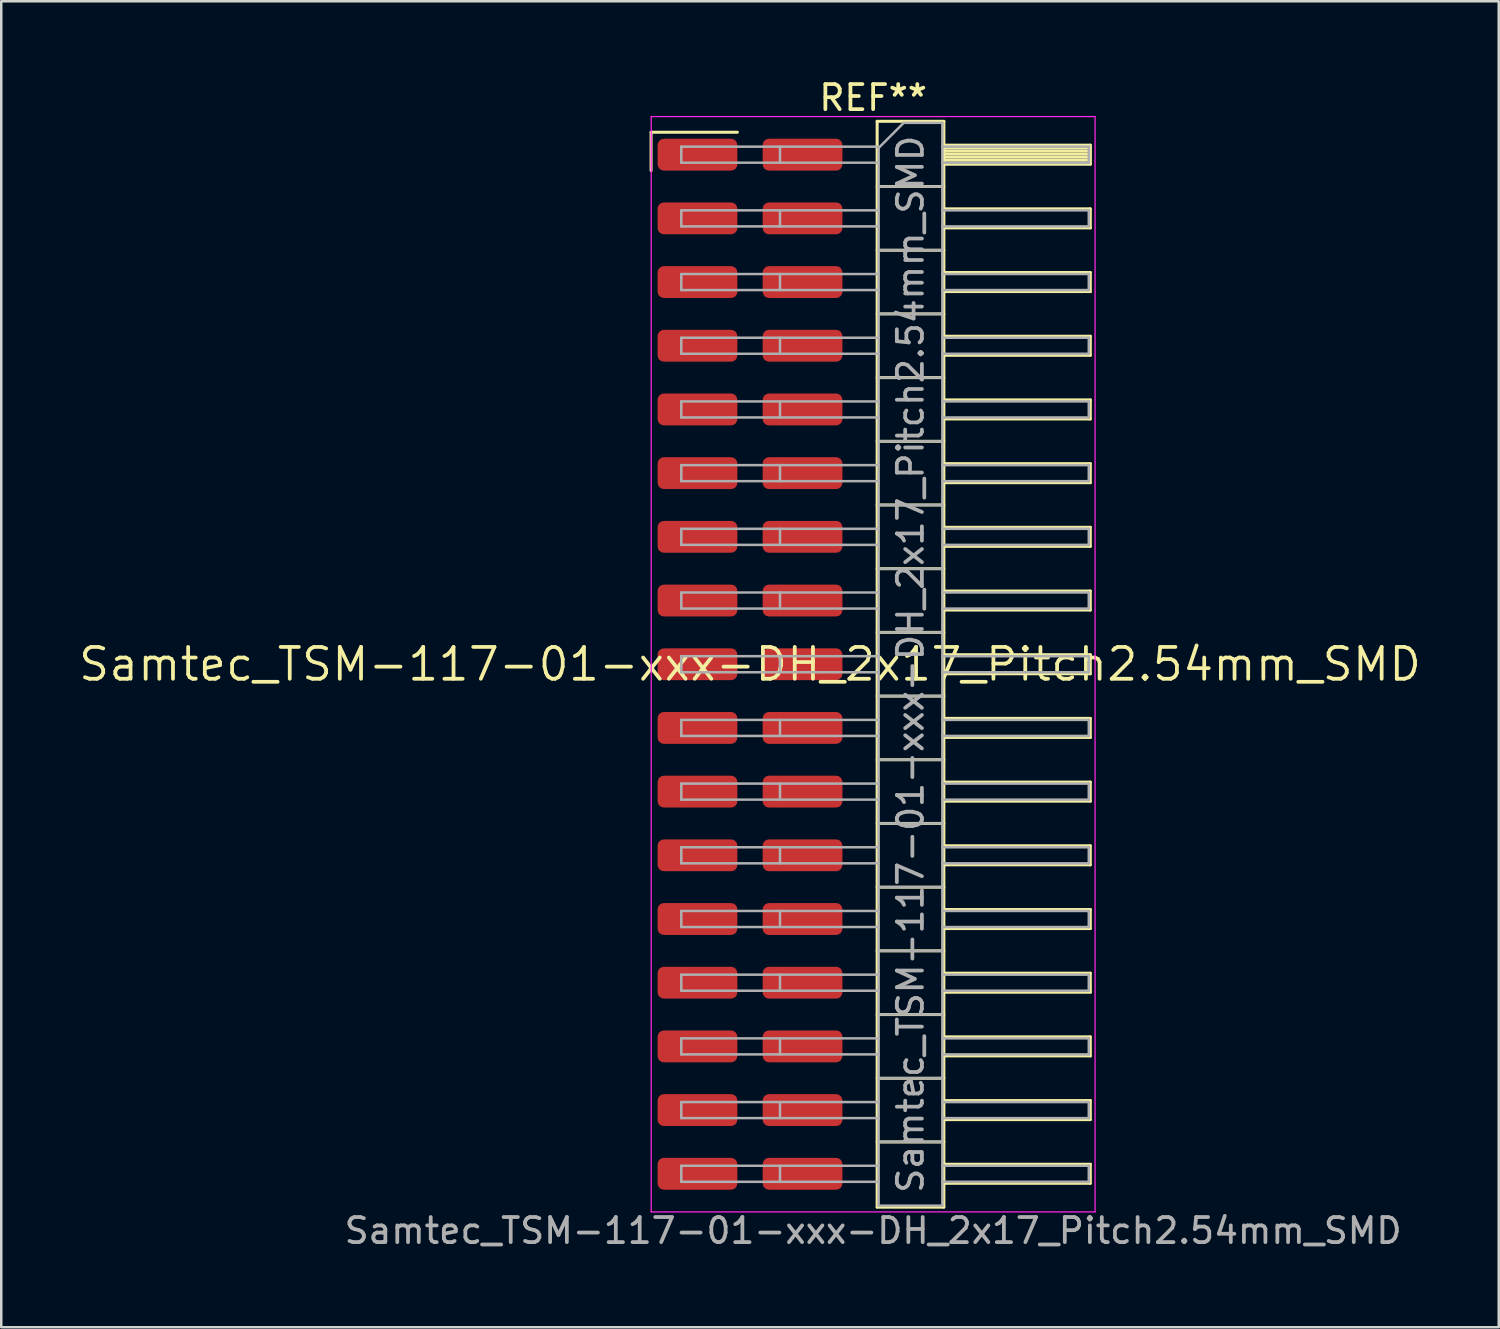
<source format=kicad_pcb>
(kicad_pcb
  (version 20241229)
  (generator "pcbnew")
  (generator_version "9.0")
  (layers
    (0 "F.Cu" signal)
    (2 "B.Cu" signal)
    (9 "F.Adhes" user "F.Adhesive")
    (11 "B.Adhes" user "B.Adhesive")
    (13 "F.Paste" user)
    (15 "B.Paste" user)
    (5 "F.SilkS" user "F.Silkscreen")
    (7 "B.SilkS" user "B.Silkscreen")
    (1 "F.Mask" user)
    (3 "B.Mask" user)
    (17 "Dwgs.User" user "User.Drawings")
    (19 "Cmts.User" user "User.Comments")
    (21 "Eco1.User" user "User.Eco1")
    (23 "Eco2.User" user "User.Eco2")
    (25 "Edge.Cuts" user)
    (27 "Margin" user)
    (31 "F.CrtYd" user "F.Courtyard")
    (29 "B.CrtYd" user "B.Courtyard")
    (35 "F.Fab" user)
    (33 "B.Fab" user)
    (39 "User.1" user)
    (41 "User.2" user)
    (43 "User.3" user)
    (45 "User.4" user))
  (footprint "Samtec_TSM-117-01-xxx-DH_2x17_Pitch2.54mm_SMD"
    (layer "F.Cu")
    (at 26.859 23.438)
    (property "Reference" "Samtec_TSM-117-01-xxx-DH_2x17_Pitch2.54mm_SMD" (at 0 0 0) (layer "F.SilkS") (effects (font (size 1.27 1.27) (thickness 0.15))))
    (attr smd)
    (fp_line (start -3.945 -21.215) (end -0.505 -21.215) (stroke (width 0.12) (type solid)) (layer "F.SilkS"))
    (fp_line (start -3.945 -19.685) (end -3.945 -21.215) (stroke (width 0.12) (type solid)) (layer "F.SilkS"))
    (fp_line (start 5.07 -21.65) (end 7.73 -21.65) (stroke (width 0.12) (type solid)) (layer "F.SilkS"))
    (fp_line (start 5.07 -19.05) (end 7.73 -19.05) (stroke (width 0.12) (type solid)) (layer "F.SilkS"))
    (fp_line (start 5.07 -16.51) (end 7.73 -16.51) (stroke (width 0.12) (type solid)) (layer "F.SilkS"))
    (fp_line (start 5.07 -13.97) (end 7.73 -13.97) (stroke (width 0.12) (type solid)) (layer "F.SilkS"))
    (fp_line (start 5.07 -11.43) (end 7.73 -11.43) (stroke (width 0.12) (type solid)) (layer "F.SilkS"))
    (fp_line (start 5.07 -8.89) (end 7.73 -8.89) (stroke (width 0.12) (type solid)) (layer "F.SilkS"))
    (fp_line (start 5.07 -6.35) (end 7.73 -6.35) (stroke (width 0.12) (type solid)) (layer "F.SilkS"))
    (fp_line (start 5.07 -3.81) (end 7.73 -3.81) (stroke (width 0.12) (type solid)) (layer "F.SilkS"))
    (fp_line (start 5.07 -1.27) (end 7.73 -1.27) (stroke (width 0.12) (type solid)) (layer "F.SilkS"))
    (fp_line (start 5.07 1.27) (end 7.73 1.27) (stroke (width 0.12) (type solid)) (layer "F.SilkS"))
    (fp_line (start 5.07 3.81) (end 7.73 3.81) (stroke (width 0.12) (type solid)) (layer "F.SilkS"))
    (fp_line (start 5.07 6.35) (end 7.73 6.35) (stroke (width 0.12) (type solid)) (layer "F.SilkS"))
    (fp_line (start 5.07 8.89) (end 7.73 8.89) (stroke (width 0.12) (type solid)) (layer "F.SilkS"))
    (fp_line (start 5.07 11.43) (end 7.73 11.43) (stroke (width 0.12) (type solid)) (layer "F.SilkS"))
    (fp_line (start 5.07 13.97) (end 7.73 13.97) (stroke (width 0.12) (type solid)) (layer "F.SilkS"))
    (fp_line (start 5.07 16.51) (end 7.73 16.51) (stroke (width 0.12) (type solid)) (layer "F.SilkS"))
    (fp_line (start 5.07 19.05) (end 7.73 19.05) (stroke (width 0.12) (type solid)) (layer "F.SilkS"))
    (fp_line (start 5.07 21.65) (end 5.07 -21.65) (stroke (width 0.12) (type solid)) (layer "F.SilkS"))
    (fp_line (start 7.73 -21.65) (end 7.73 21.65) (stroke (width 0.12) (type solid)) (layer "F.SilkS"))
    (fp_line (start 7.73 -20.7) (end 13.57 -20.7) (stroke (width 0.12) (type solid)) (layer "F.SilkS"))
    (fp_line (start 7.73 -20.58) (end 13.57 -20.58) (stroke (width 0.12) (type solid)) (layer "F.SilkS"))
    (fp_line (start 7.73 -20.46) (end 13.57 -20.46) (stroke (width 0.12) (type solid)) (layer "F.SilkS"))
    (fp_line (start 7.73 -20.34) (end 13.57 -20.34) (stroke (width 0.12) (type solid)) (layer "F.SilkS"))
    (fp_line (start 7.73 -20.22) (end 13.57 -20.22) (stroke (width 0.12) (type solid)) (layer "F.SilkS"))
    (fp_line (start 7.73 -20.1) (end 13.57 -20.1) (stroke (width 0.12) (type solid)) (layer "F.SilkS"))
    (fp_line (start 7.73 -19.98) (end 13.57 -19.98) (stroke (width 0.12) (type solid)) (layer "F.SilkS"))
    (fp_line (start 7.73 -19.94) (end 13.57 -19.94) (stroke (width 0.12) (type solid)) (layer "F.SilkS"))
    (fp_line (start 7.73 -18.16) (end 13.57 -18.16) (stroke (width 0.12) (type solid)) (layer "F.SilkS"))
    (fp_line (start 7.73 -17.4) (end 13.57 -17.4) (stroke (width 0.12) (type solid)) (layer "F.SilkS"))
    (fp_line (start 7.73 -15.62) (end 13.57 -15.62) (stroke (width 0.12) (type solid)) (layer "F.SilkS"))
    (fp_line (start 7.73 -14.86) (end 13.57 -14.86) (stroke (width 0.12) (type solid)) (layer "F.SilkS"))
    (fp_line (start 7.73 -13.08) (end 13.57 -13.08) (stroke (width 0.12) (type solid)) (layer "F.SilkS"))
    (fp_line (start 7.73 -12.32) (end 13.57 -12.32) (stroke (width 0.12) (type solid)) (layer "F.SilkS"))
    (fp_line (start 7.73 -10.54) (end 13.57 -10.54) (stroke (width 0.12) (type solid)) (layer "F.SilkS"))
    (fp_line (start 7.73 -9.78) (end 13.57 -9.78) (stroke (width 0.12) (type solid)) (layer "F.SilkS"))
    (fp_line (start 7.73 -8) (end 13.57 -8) (stroke (width 0.12) (type solid)) (layer "F.SilkS"))
    (fp_line (start 7.73 -7.24) (end 13.57 -7.24) (stroke (width 0.12) (type solid)) (layer "F.SilkS"))
    (fp_line (start 7.73 -5.46) (end 13.57 -5.46) (stroke (width 0.12) (type solid)) (layer "F.SilkS"))
    (fp_line (start 7.73 -4.7) (end 13.57 -4.7) (stroke (width 0.12) (type solid)) (layer "F.SilkS"))
    (fp_line (start 7.73 -2.92) (end 13.57 -2.92) (stroke (width 0.12) (type solid)) (layer "F.SilkS"))
    (fp_line (start 7.73 -2.16) (end 13.57 -2.16) (stroke (width 0.12) (type solid)) (layer "F.SilkS"))
    (fp_line (start 7.73 -0.38) (end 13.57 -0.38) (stroke (width 0.12) (type solid)) (layer "F.SilkS"))
    (fp_line (start 7.73 0.38) (end 13.57 0.38) (stroke (width 0.12) (type solid)) (layer "F.SilkS"))
    (fp_line (start 7.73 2.16) (end 13.57 2.16) (stroke (width 0.12) (type solid)) (layer "F.SilkS"))
    (fp_line (start 7.73 2.92) (end 13.57 2.92) (stroke (width 0.12) (type solid)) (layer "F.SilkS"))
    (fp_line (start 7.73 4.7) (end 13.57 4.7) (stroke (width 0.12) (type solid)) (layer "F.SilkS"))
    (fp_line (start 7.73 5.46) (end 13.57 5.46) (stroke (width 0.12) (type solid)) (layer "F.SilkS"))
    (fp_line (start 7.73 7.24) (end 13.57 7.24) (stroke (width 0.12) (type solid)) (layer "F.SilkS"))
    (fp_line (start 7.73 8) (end 13.57 8) (stroke (width 0.12) (type solid)) (layer "F.SilkS"))
    (fp_line (start 7.73 9.78) (end 13.57 9.78) (stroke (width 0.12) (type solid)) (layer "F.SilkS"))
    (fp_line (start 7.73 10.54) (end 13.57 10.54) (stroke (width 0.12) (type solid)) (layer "F.SilkS"))
    (fp_line (start 7.73 12.32) (end 13.57 12.32) (stroke (width 0.12) (type solid)) (layer "F.SilkS"))
    (fp_line (start 7.73 13.08) (end 13.57 13.08) (stroke (width 0.12) (type solid)) (layer "F.SilkS"))
    (fp_line (start 7.73 14.86) (end 13.57 14.86) (stroke (width 0.12) (type solid)) (layer "F.SilkS"))
    (fp_line (start 7.73 15.62) (end 13.57 15.62) (stroke (width 0.12) (type solid)) (layer "F.SilkS"))
    (fp_line (start 7.73 17.4) (end 13.57 17.4) (stroke (width 0.12) (type solid)) (layer "F.SilkS"))
    (fp_line (start 7.73 18.16) (end 13.57 18.16) (stroke (width 0.12) (type solid)) (layer "F.SilkS"))
    (fp_line (start 7.73 19.94) (end 13.57 19.94) (stroke (width 0.12) (type solid)) (layer "F.SilkS"))
    (fp_line (start 7.73 20.7) (end 13.57 20.7) (stroke (width 0.12) (type solid)) (layer "F.SilkS"))
    (fp_line (start 7.73 21.65) (end 5.07 21.65) (stroke (width 0.12) (type solid)) (layer "F.SilkS"))
    (fp_line (start 13.57 -20.7) (end 13.57 -19.94) (stroke (width 0.12) (type solid)) (layer "F.SilkS"))
    (fp_line (start 13.57 -18.16) (end 13.57 -17.4) (stroke (width 0.12) (type solid)) (layer "F.SilkS"))
    (fp_line (start 13.57 -15.62) (end 13.57 -14.86) (stroke (width 0.12) (type solid)) (layer "F.SilkS"))
    (fp_line (start 13.57 -13.08) (end 13.57 -12.32) (stroke (width 0.12) (type solid)) (layer "F.SilkS"))
    (fp_line (start 13.57 -10.54) (end 13.57 -9.78) (stroke (width 0.12) (type solid)) (layer "F.SilkS"))
    (fp_line (start 13.57 -8) (end 13.57 -7.24) (stroke (width 0.12) (type solid)) (layer "F.SilkS"))
    (fp_line (start 13.57 -5.46) (end 13.57 -4.7) (stroke (width 0.12) (type solid)) (layer "F.SilkS"))
    (fp_line (start 13.57 -2.92) (end 13.57 -2.16) (stroke (width 0.12) (type solid)) (layer "F.SilkS"))
    (fp_line (start 13.57 -0.38) (end 13.57 0.38) (stroke (width 0.12) (type solid)) (layer "F.SilkS"))
    (fp_line (start 13.57 2.16) (end 13.57 2.92) (stroke (width 0.12) (type solid)) (layer "F.SilkS"))
    (fp_line (start 13.57 4.7) (end 13.57 5.46) (stroke (width 0.12) (type solid)) (layer "F.SilkS"))
    (fp_line (start 13.57 7.24) (end 13.57 8) (stroke (width 0.12) (type solid)) (layer "F.SilkS"))
    (fp_line (start 13.57 9.78) (end 13.57 10.54) (stroke (width 0.12) (type solid)) (layer "F.SilkS"))
    (fp_line (start 13.57 12.32) (end 13.57 13.08) (stroke (width 0.12) (type solid)) (layer "F.SilkS"))
    (fp_line (start 13.57 14.86) (end 13.57 15.62) (stroke (width 0.12) (type solid)) (layer "F.SilkS"))
    (fp_line (start 13.57 17.4) (end 13.57 18.16) (stroke (width 0.12) (type solid)) (layer "F.SilkS"))
    (fp_line (start 13.57 19.94) (end 13.57 20.7) (stroke (width 0.12) (type solid)) (layer "F.SilkS"))
    (fp_line (start -3.94 -21.84) (end 13.76 -21.84) (stroke (width 0.05) (type solid)) (layer "F.CrtYd"))
    (fp_line (start -3.94 21.84) (end -3.94 -21.84) (stroke (width 0.05) (type solid)) (layer "F.CrtYd"))
    (fp_line (start 13.76 -21.84) (end 13.76 21.84) (stroke (width 0.05) (type solid)) (layer "F.CrtYd"))
    (fp_line (start 13.76 21.84) (end -3.94 21.84) (stroke (width 0.05) (type solid)) (layer "F.CrtYd"))
    (fp_line (start -2.74 -20.64) (end -2.74 -20) (stroke (width 0.1) (type solid)) (layer "F.Fab"))
    (fp_line (start -2.74 -20.64) (end 5.13 -20.64) (stroke (width 0.1) (type solid)) (layer "F.Fab"))
    (fp_line (start -2.74 -20) (end 5.13 -20) (stroke (width 0.1) (type solid)) (layer "F.Fab"))
    (fp_line (start -2.74 -18.1) (end -2.74 -17.46) (stroke (width 0.1) (type solid)) (layer "F.Fab"))
    (fp_line (start -2.74 -18.1) (end 5.13 -18.1) (stroke (width 0.1) (type solid)) (layer "F.Fab"))
    (fp_line (start -2.74 -17.46) (end 5.13 -17.46) (stroke (width 0.1) (type solid)) (layer "F.Fab"))
    (fp_line (start -2.74 -15.56) (end -2.74 -14.92) (stroke (width 0.1) (type solid)) (layer "F.Fab"))
    (fp_line (start -2.74 -15.56) (end 5.13 -15.56) (stroke (width 0.1) (type solid)) (layer "F.Fab"))
    (fp_line (start -2.74 -14.92) (end 5.13 -14.92) (stroke (width 0.1) (type solid)) (layer "F.Fab"))
    (fp_line (start -2.74 -13.02) (end -2.74 -12.38) (stroke (width 0.1) (type solid)) (layer "F.Fab"))
    (fp_line (start -2.74 -13.02) (end 5.13 -13.02) (stroke (width 0.1) (type solid)) (layer "F.Fab"))
    (fp_line (start -2.74 -12.38) (end 5.13 -12.38) (stroke (width 0.1) (type solid)) (layer "F.Fab"))
    (fp_line (start -2.74 -10.48) (end -2.74 -9.84) (stroke (width 0.1) (type solid)) (layer "F.Fab"))
    (fp_line (start -2.74 -10.48) (end 5.13 -10.48) (stroke (width 0.1) (type solid)) (layer "F.Fab"))
    (fp_line (start -2.74 -9.84) (end 5.13 -9.84) (stroke (width 0.1) (type solid)) (layer "F.Fab"))
    (fp_line (start -2.74 -7.94) (end -2.74 -7.3) (stroke (width 0.1) (type solid)) (layer "F.Fab"))
    (fp_line (start -2.74 -7.94) (end 5.13 -7.94) (stroke (width 0.1) (type solid)) (layer "F.Fab"))
    (fp_line (start -2.74 -7.3) (end 5.13 -7.3) (stroke (width 0.1) (type solid)) (layer "F.Fab"))
    (fp_line (start -2.74 -5.4) (end -2.74 -4.76) (stroke (width 0.1) (type solid)) (layer "F.Fab"))
    (fp_line (start -2.74 -5.4) (end 5.13 -5.4) (stroke (width 0.1) (type solid)) (layer "F.Fab"))
    (fp_line (start -2.74 -4.76) (end 5.13 -4.76) (stroke (width 0.1) (type solid)) (layer "F.Fab"))
    (fp_line (start -2.74 -2.86) (end -2.74 -2.22) (stroke (width 0.1) (type solid)) (layer "F.Fab"))
    (fp_line (start -2.74 -2.86) (end 5.13 -2.86) (stroke (width 0.1) (type solid)) (layer "F.Fab"))
    (fp_line (start -2.74 -2.22) (end 5.13 -2.22) (stroke (width 0.1) (type solid)) (layer "F.Fab"))
    (fp_line (start -2.74 -0.32) (end -2.74 0.32) (stroke (width 0.1) (type solid)) (layer "F.Fab"))
    (fp_line (start -2.74 -0.32) (end 5.13 -0.32) (stroke (width 0.1) (type solid)) (layer "F.Fab"))
    (fp_line (start -2.74 0.32) (end 5.13 0.32) (stroke (width 0.1) (type solid)) (layer "F.Fab"))
    (fp_line (start -2.74 2.22) (end -2.74 2.86) (stroke (width 0.1) (type solid)) (layer "F.Fab"))
    (fp_line (start -2.74 2.22) (end 5.13 2.22) (stroke (width 0.1) (type solid)) (layer "F.Fab"))
    (fp_line (start -2.74 2.86) (end 5.13 2.86) (stroke (width 0.1) (type solid)) (layer "F.Fab"))
    (fp_line (start -2.74 4.76) (end -2.74 5.4) (stroke (width 0.1) (type solid)) (layer "F.Fab"))
    (fp_line (start -2.74 4.76) (end 5.13 4.76) (stroke (width 0.1) (type solid)) (layer "F.Fab"))
    (fp_line (start -2.74 5.4) (end 5.13 5.4) (stroke (width 0.1) (type solid)) (layer "F.Fab"))
    (fp_line (start -2.74 7.3) (end -2.74 7.94) (stroke (width 0.1) (type solid)) (layer "F.Fab"))
    (fp_line (start -2.74 7.3) (end 5.13 7.3) (stroke (width 0.1) (type solid)) (layer "F.Fab"))
    (fp_line (start -2.74 7.94) (end 5.13 7.94) (stroke (width 0.1) (type solid)) (layer "F.Fab"))
    (fp_line (start -2.74 9.84) (end -2.74 10.48) (stroke (width 0.1) (type solid)) (layer "F.Fab"))
    (fp_line (start -2.74 9.84) (end 5.13 9.84) (stroke (width 0.1) (type solid)) (layer "F.Fab"))
    (fp_line (start -2.74 10.48) (end 5.13 10.48) (stroke (width 0.1) (type solid)) (layer "F.Fab"))
    (fp_line (start -2.74 12.38) (end -2.74 13.02) (stroke (width 0.1) (type solid)) (layer "F.Fab"))
    (fp_line (start -2.74 12.38) (end 5.13 12.38) (stroke (width 0.1) (type solid)) (layer "F.Fab"))
    (fp_line (start -2.74 13.02) (end 5.13 13.02) (stroke (width 0.1) (type solid)) (layer "F.Fab"))
    (fp_line (start -2.74 14.92) (end -2.74 15.56) (stroke (width 0.1) (type solid)) (layer "F.Fab"))
    (fp_line (start -2.74 14.92) (end 5.13 14.92) (stroke (width 0.1) (type solid)) (layer "F.Fab"))
    (fp_line (start -2.74 15.56) (end 5.13 15.56) (stroke (width 0.1) (type solid)) (layer "F.Fab"))
    (fp_line (start -2.74 17.46) (end -2.74 18.1) (stroke (width 0.1) (type solid)) (layer "F.Fab"))
    (fp_line (start -2.74 17.46) (end 5.13 17.46) (stroke (width 0.1) (type solid)) (layer "F.Fab"))
    (fp_line (start -2.74 18.1) (end 5.13 18.1) (stroke (width 0.1) (type solid)) (layer "F.Fab"))
    (fp_line (start -2.74 20) (end -2.74 20.64) (stroke (width 0.1) (type solid)) (layer "F.Fab"))
    (fp_line (start -2.74 20) (end 5.13 20) (stroke (width 0.1) (type solid)) (layer "F.Fab"))
    (fp_line (start -2.74 20.64) (end 5.13 20.64) (stroke (width 0.1) (type solid)) (layer "F.Fab"))
    (fp_line (start 1.195 -20.64) (end 1.195 -20) (stroke (width 0.1) (type solid)) (layer "F.Fab"))
    (fp_line (start 1.195 -18.1) (end 1.195 -17.46) (stroke (width 0.1) (type solid)) (layer "F.Fab"))
    (fp_line (start 1.195 -15.56) (end 1.195 -14.92) (stroke (width 0.1) (type solid)) (layer "F.Fab"))
    (fp_line (start 1.195 -13.02) (end 1.195 -12.38) (stroke (width 0.1) (type solid)) (layer "F.Fab"))
    (fp_line (start 1.195 -10.48) (end 1.195 -9.84) (stroke (width 0.1) (type solid)) (layer "F.Fab"))
    (fp_line (start 1.195 -7.94) (end 1.195 -7.3) (stroke (width 0.1) (type solid)) (layer "F.Fab"))
    (fp_line (start 1.195 -5.4) (end 1.195 -4.76) (stroke (width 0.1) (type solid)) (layer "F.Fab"))
    (fp_line (start 1.195 -2.86) (end 1.195 -2.22) (stroke (width 0.1) (type solid)) (layer "F.Fab"))
    (fp_line (start 1.195 -0.32) (end 1.195 0.32) (stroke (width 0.1) (type solid)) (layer "F.Fab"))
    (fp_line (start 1.195 2.22) (end 1.195 2.86) (stroke (width 0.1) (type solid)) (layer "F.Fab"))
    (fp_line (start 1.195 4.76) (end 1.195 5.4) (stroke (width 0.1) (type solid)) (layer "F.Fab"))
    (fp_line (start 1.195 7.3) (end 1.195 7.94) (stroke (width 0.1) (type solid)) (layer "F.Fab"))
    (fp_line (start 1.195 9.84) (end 1.195 10.48) (stroke (width 0.1) (type solid)) (layer "F.Fab"))
    (fp_line (start 1.195 12.38) (end 1.195 13.02) (stroke (width 0.1) (type solid)) (layer "F.Fab"))
    (fp_line (start 1.195 14.92) (end 1.195 15.56) (stroke (width 0.1) (type solid)) (layer "F.Fab"))
    (fp_line (start 1.195 17.46) (end 1.195 18.1) (stroke (width 0.1) (type solid)) (layer "F.Fab"))
    (fp_line (start 1.195 20) (end 1.195 20.64) (stroke (width 0.1) (type solid)) (layer "F.Fab"))
    (fp_line (start 5.13 -20.59) (end 6.13 -21.59) (stroke (width 0.1) (type solid)) (layer "F.Fab"))
    (fp_line (start 5.13 -19.05) (end 7.67 -19.05) (stroke (width 0.1) (type solid)) (layer "F.Fab"))
    (fp_line (start 5.13 -16.51) (end 7.67 -16.51) (stroke (width 0.1) (type solid)) (layer "F.Fab"))
    (fp_line (start 5.13 -13.97) (end 7.67 -13.97) (stroke (width 0.1) (type solid)) (layer "F.Fab"))
    (fp_line (start 5.13 -11.43) (end 7.67 -11.43) (stroke (width 0.1) (type solid)) (layer "F.Fab"))
    (fp_line (start 5.13 -8.89) (end 7.67 -8.89) (stroke (width 0.1) (type solid)) (layer "F.Fab"))
    (fp_line (start 5.13 -6.35) (end 7.67 -6.35) (stroke (width 0.1) (type solid)) (layer "F.Fab"))
    (fp_line (start 5.13 -3.81) (end 7.67 -3.81) (stroke (width 0.1) (type solid)) (layer "F.Fab"))
    (fp_line (start 5.13 -1.27) (end 7.67 -1.27) (stroke (width 0.1) (type solid)) (layer "F.Fab"))
    (fp_line (start 5.13 1.27) (end 7.67 1.27) (stroke (width 0.1) (type solid)) (layer "F.Fab"))
    (fp_line (start 5.13 3.81) (end 7.67 3.81) (stroke (width 0.1) (type solid)) (layer "F.Fab"))
    (fp_line (start 5.13 6.35) (end 7.67 6.35) (stroke (width 0.1) (type solid)) (layer "F.Fab"))
    (fp_line (start 5.13 8.89) (end 7.67 8.89) (stroke (width 0.1) (type solid)) (layer "F.Fab"))
    (fp_line (start 5.13 11.43) (end 7.67 11.43) (stroke (width 0.1) (type solid)) (layer "F.Fab"))
    (fp_line (start 5.13 13.97) (end 7.67 13.97) (stroke (width 0.1) (type solid)) (layer "F.Fab"))
    (fp_line (start 5.13 16.51) (end 7.67 16.51) (stroke (width 0.1) (type solid)) (layer "F.Fab"))
    (fp_line (start 5.13 19.05) (end 7.67 19.05) (stroke (width 0.1) (type solid)) (layer "F.Fab"))
    (fp_line (start 5.13 21.59) (end 5.13 -20.59) (stroke (width 0.1) (type solid)) (layer "F.Fab"))
    (fp_line (start 6.13 -21.59) (end 7.67 -21.59) (stroke (width 0.1) (type solid)) (layer "F.Fab"))
    (fp_line (start 7.67 -21.59) (end 7.67 21.59) (stroke (width 0.1) (type solid)) (layer "F.Fab"))
    (fp_line (start 7.67 -20.64) (end 13.51 -20.64) (stroke (width 0.1) (type solid)) (layer "F.Fab"))
    (fp_line (start 7.67 -20) (end 13.51 -20) (stroke (width 0.1) (type solid)) (layer "F.Fab"))
    (fp_line (start 7.67 -18.1) (end 13.51 -18.1) (stroke (width 0.1) (type solid)) (layer "F.Fab"))
    (fp_line (start 7.67 -17.46) (end 13.51 -17.46) (stroke (width 0.1) (type solid)) (layer "F.Fab"))
    (fp_line (start 7.67 -15.56) (end 13.51 -15.56) (stroke (width 0.1) (type solid)) (layer "F.Fab"))
    (fp_line (start 7.67 -14.92) (end 13.51 -14.92) (stroke (width 0.1) (type solid)) (layer "F.Fab"))
    (fp_line (start 7.67 -13.02) (end 13.51 -13.02) (stroke (width 0.1) (type solid)) (layer "F.Fab"))
    (fp_line (start 7.67 -12.38) (end 13.51 -12.38) (stroke (width 0.1) (type solid)) (layer "F.Fab"))
    (fp_line (start 7.67 -10.48) (end 13.51 -10.48) (stroke (width 0.1) (type solid)) (layer "F.Fab"))
    (fp_line (start 7.67 -9.84) (end 13.51 -9.84) (stroke (width 0.1) (type solid)) (layer "F.Fab"))
    (fp_line (start 7.67 -7.94) (end 13.51 -7.94) (stroke (width 0.1) (type solid)) (layer "F.Fab"))
    (fp_line (start 7.67 -7.3) (end 13.51 -7.3) (stroke (width 0.1) (type solid)) (layer "F.Fab"))
    (fp_line (start 7.67 -5.4) (end 13.51 -5.4) (stroke (width 0.1) (type solid)) (layer "F.Fab"))
    (fp_line (start 7.67 -4.76) (end 13.51 -4.76) (stroke (width 0.1) (type solid)) (layer "F.Fab"))
    (fp_line (start 7.67 -2.86) (end 13.51 -2.86) (stroke (width 0.1) (type solid)) (layer "F.Fab"))
    (fp_line (start 7.67 -2.22) (end 13.51 -2.22) (stroke (width 0.1) (type solid)) (layer "F.Fab"))
    (fp_line (start 7.67 -0.32) (end 13.51 -0.32) (stroke (width 0.1) (type solid)) (layer "F.Fab"))
    (fp_line (start 7.67 0.32) (end 13.51 0.32) (stroke (width 0.1) (type solid)) (layer "F.Fab"))
    (fp_line (start 7.67 2.22) (end 13.51 2.22) (stroke (width 0.1) (type solid)) (layer "F.Fab"))
    (fp_line (start 7.67 2.86) (end 13.51 2.86) (stroke (width 0.1) (type solid)) (layer "F.Fab"))
    (fp_line (start 7.67 4.76) (end 13.51 4.76) (stroke (width 0.1) (type solid)) (layer "F.Fab"))
    (fp_line (start 7.67 5.4) (end 13.51 5.4) (stroke (width 0.1) (type solid)) (layer "F.Fab"))
    (fp_line (start 7.67 7.3) (end 13.51 7.3) (stroke (width 0.1) (type solid)) (layer "F.Fab"))
    (fp_line (start 7.67 7.94) (end 13.51 7.94) (stroke (width 0.1) (type solid)) (layer "F.Fab"))
    (fp_line (start 7.67 9.84) (end 13.51 9.84) (stroke (width 0.1) (type solid)) (layer "F.Fab"))
    (fp_line (start 7.67 10.48) (end 13.51 10.48) (stroke (width 0.1) (type solid)) (layer "F.Fab"))
    (fp_line (start 7.67 12.38) (end 13.51 12.38) (stroke (width 0.1) (type solid)) (layer "F.Fab"))
    (fp_line (start 7.67 13.02) (end 13.51 13.02) (stroke (width 0.1) (type solid)) (layer "F.Fab"))
    (fp_line (start 7.67 14.92) (end 13.51 14.92) (stroke (width 0.1) (type solid)) (layer "F.Fab"))
    (fp_line (start 7.67 15.56) (end 13.51 15.56) (stroke (width 0.1) (type solid)) (layer "F.Fab"))
    (fp_line (start 7.67 17.46) (end 13.51 17.46) (stroke (width 0.1) (type solid)) (layer "F.Fab"))
    (fp_line (start 7.67 18.1) (end 13.51 18.1) (stroke (width 0.1) (type solid)) (layer "F.Fab"))
    (fp_line (start 7.67 20) (end 13.51 20) (stroke (width 0.1) (type solid)) (layer "F.Fab"))
    (fp_line (start 7.67 20.64) (end 13.51 20.64) (stroke (width 0.1) (type solid)) (layer "F.Fab"))
    (fp_line (start 7.67 21.59) (end 5.13 21.59) (stroke (width 0.1) (type solid)) (layer "F.Fab"))
    (fp_line (start 13.51 -20.64) (end 13.51 -20) (stroke (width 0.1) (type solid)) (layer "F.Fab"))
    (fp_line (start 13.51 -18.1) (end 13.51 -17.46) (stroke (width 0.1) (type solid)) (layer "F.Fab"))
    (fp_line (start 13.51 -15.56) (end 13.51 -14.92) (stroke (width 0.1) (type solid)) (layer "F.Fab"))
    (fp_line (start 13.51 -13.02) (end 13.51 -12.38) (stroke (width 0.1) (type solid)) (layer "F.Fab"))
    (fp_line (start 13.51 -10.48) (end 13.51 -9.84) (stroke (width 0.1) (type solid)) (layer "F.Fab"))
    (fp_line (start 13.51 -7.94) (end 13.51 -7.3) (stroke (width 0.1) (type solid)) (layer "F.Fab"))
    (fp_line (start 13.51 -5.4) (end 13.51 -4.76) (stroke (width 0.1) (type solid)) (layer "F.Fab"))
    (fp_line (start 13.51 -2.86) (end 13.51 -2.22) (stroke (width 0.1) (type solid)) (layer "F.Fab"))
    (fp_line (start 13.51 -0.32) (end 13.51 0.32) (stroke (width 0.1) (type solid)) (layer "F.Fab"))
    (fp_line (start 13.51 2.22) (end 13.51 2.86) (stroke (width 0.1) (type solid)) (layer "F.Fab"))
    (fp_line (start 13.51 4.76) (end 13.51 5.4) (stroke (width 0.1) (type solid)) (layer "F.Fab"))
    (fp_line (start 13.51 7.3) (end 13.51 7.94) (stroke (width 0.1) (type solid)) (layer "F.Fab"))
    (fp_line (start 13.51 9.84) (end 13.51 10.48) (stroke (width 0.1) (type solid)) (layer "F.Fab"))
    (fp_line (start 13.51 12.38) (end 13.51 13.02) (stroke (width 0.1) (type solid)) (layer "F.Fab"))
    (fp_line (start 13.51 14.92) (end 13.51 15.56) (stroke (width 0.1) (type solid)) (layer "F.Fab"))
    (fp_line (start 13.51 17.46) (end 13.51 18.1) (stroke (width 0.1) (type solid)) (layer "F.Fab"))
    (fp_line (start 13.51 20) (end 13.51 20.64) (stroke (width 0.1) (type solid)) (layer "F.Fab"))
    (fp_text user "REF**" (at 4.91 -22.59 0) (layer "F.SilkS") (effects (font (size 1 1) (thickness 0.15))))
    (fp_text user "Samtec_TSM-117-01-xxx-DH_2x17_Pitch2.54mm_SMD" (at 4.91 22.59 0) (layer "F.Fab") (effects (font (size 1 1) (thickness 0.15))))
    (fp_text user "${REFERENCE}" (at 6.4 0 90) (layer "F.Fab") (effects (font (size 1 1) (thickness 0.15))))
    (pad "1" smd roundrect (at -2.095 -20.32) (size 3.18 1.27) (layers "F.Cu" "F.Mask" "F.Paste") (roundrect_rratio 0.197))
    (pad "2" smd roundrect (at 2.095 -20.32) (size 3.18 1.27) (layers "F.Cu" "F.Mask" "F.Paste") (roundrect_rratio 0.197))
    (pad "3" smd roundrect (at -2.095 -17.78) (size 3.18 1.27) (layers "F.Cu" "F.Mask" "F.Paste") (roundrect_rratio 0.197))
    (pad "4" smd roundrect (at 2.095 -17.78) (size 3.18 1.27) (layers "F.Cu" "F.Mask" "F.Paste") (roundrect_rratio 0.197))
    (pad "5" smd roundrect (at -2.095 -15.24) (size 3.18 1.27) (layers "F.Cu" "F.Mask" "F.Paste") (roundrect_rratio 0.197))
    (pad "6" smd roundrect (at 2.095 -15.24) (size 3.18 1.27) (layers "F.Cu" "F.Mask" "F.Paste") (roundrect_rratio 0.197))
    (pad "7" smd roundrect (at -2.095 -12.7) (size 3.18 1.27) (layers "F.Cu" "F.Mask" "F.Paste") (roundrect_rratio 0.197))
    (pad "8" smd roundrect (at 2.095 -12.7) (size 3.18 1.27) (layers "F.Cu" "F.Mask" "F.Paste") (roundrect_rratio 0.197))
    (pad "9" smd roundrect (at -2.095 -10.16) (size 3.18 1.27) (layers "F.Cu" "F.Mask" "F.Paste") (roundrect_rratio 0.197))
    (pad "10" smd roundrect (at 2.095 -10.16) (size 3.18 1.27) (layers "F.Cu" "F.Mask" "F.Paste") (roundrect_rratio 0.197))
    (pad "11" smd roundrect (at -2.095 -7.62) (size 3.18 1.27) (layers "F.Cu" "F.Mask" "F.Paste") (roundrect_rratio 0.197))
    (pad "12" smd roundrect (at 2.095 -7.62) (size 3.18 1.27) (layers "F.Cu" "F.Mask" "F.Paste") (roundrect_rratio 0.197))
    (pad "13" smd roundrect (at -2.095 -5.08) (size 3.18 1.27) (layers "F.Cu" "F.Mask" "F.Paste") (roundrect_rratio 0.197))
    (pad "14" smd roundrect (at 2.095 -5.08) (size 3.18 1.27) (layers "F.Cu" "F.Mask" "F.Paste") (roundrect_rratio 0.197))
    (pad "15" smd roundrect (at -2.095 -2.54) (size 3.18 1.27) (layers "F.Cu" "F.Mask" "F.Paste") (roundrect_rratio 0.197))
    (pad "16" smd roundrect (at 2.095 -2.54) (size 3.18 1.27) (layers "F.Cu" "F.Mask" "F.Paste") (roundrect_rratio 0.197))
    (pad "17" smd roundrect (at -2.095 0) (size 3.18 1.27) (layers "F.Cu" "F.Mask" "F.Paste") (roundrect_rratio 0.197))
    (pad "18" smd roundrect (at 2.095 0) (size 3.18 1.27) (layers "F.Cu" "F.Mask" "F.Paste") (roundrect_rratio 0.197))
    (pad "19" smd roundrect (at -2.095 2.54) (size 3.18 1.27) (layers "F.Cu" "F.Mask" "F.Paste") (roundrect_rratio 0.197))
    (pad "20" smd roundrect (at 2.095 2.54) (size 3.18 1.27) (layers "F.Cu" "F.Mask" "F.Paste") (roundrect_rratio 0.197))
    (pad "21" smd roundrect (at -2.095 5.08) (size 3.18 1.27) (layers "F.Cu" "F.Mask" "F.Paste") (roundrect_rratio 0.197))
    (pad "22" smd roundrect (at 2.095 5.08) (size 3.18 1.27) (layers "F.Cu" "F.Mask" "F.Paste") (roundrect_rratio 0.197))
    (pad "23" smd roundrect (at -2.095 7.62) (size 3.18 1.27) (layers "F.Cu" "F.Mask" "F.Paste") (roundrect_rratio 0.197))
    (pad "24" smd roundrect (at 2.095 7.62) (size 3.18 1.27) (layers "F.Cu" "F.Mask" "F.Paste") (roundrect_rratio 0.197))
    (pad "25" smd roundrect (at -2.095 10.16) (size 3.18 1.27) (layers "F.Cu" "F.Mask" "F.Paste") (roundrect_rratio 0.197))
    (pad "26" smd roundrect (at 2.095 10.16) (size 3.18 1.27) (layers "F.Cu" "F.Mask" "F.Paste") (roundrect_rratio 0.197))
    (pad "27" smd roundrect (at -2.095 12.7) (size 3.18 1.27) (layers "F.Cu" "F.Mask" "F.Paste") (roundrect_rratio 0.197))
    (pad "28" smd roundrect (at 2.095 12.7) (size 3.18 1.27) (layers "F.Cu" "F.Mask" "F.Paste") (roundrect_rratio 0.197))
    (pad "29" smd roundrect (at -2.095 15.24) (size 3.18 1.27) (layers "F.Cu" "F.Mask" "F.Paste") (roundrect_rratio 0.197))
    (pad "30" smd roundrect (at 2.095 15.24) (size 3.18 1.27) (layers "F.Cu" "F.Mask" "F.Paste") (roundrect_rratio 0.197))
    (pad "31" smd roundrect (at -2.095 17.78) (size 3.18 1.27) (layers "F.Cu" "F.Mask" "F.Paste") (roundrect_rratio 0.197))
    (pad "32" smd roundrect (at 2.095 17.78) (size 3.18 1.27) (layers "F.Cu" "F.Mask" "F.Paste") (roundrect_rratio 0.197))
    (pad "33" smd roundrect (at -2.095 20.32) (size 3.18 1.27) (layers "F.Cu" "F.Mask" "F.Paste") (roundrect_rratio 0.197))
    (pad "34" smd roundrect (at 2.095 20.32) (size 3.18 1.27) (layers "F.Cu" "F.Mask" "F.Paste") (roundrect_rratio 0.197)))
  (gr_rect
    (start -3 -3)
    (end 56.717 49.877)
    (stroke (width 0.1) (type default))
    (fill no)
    (layer "Edge.Cuts")))
</source>
